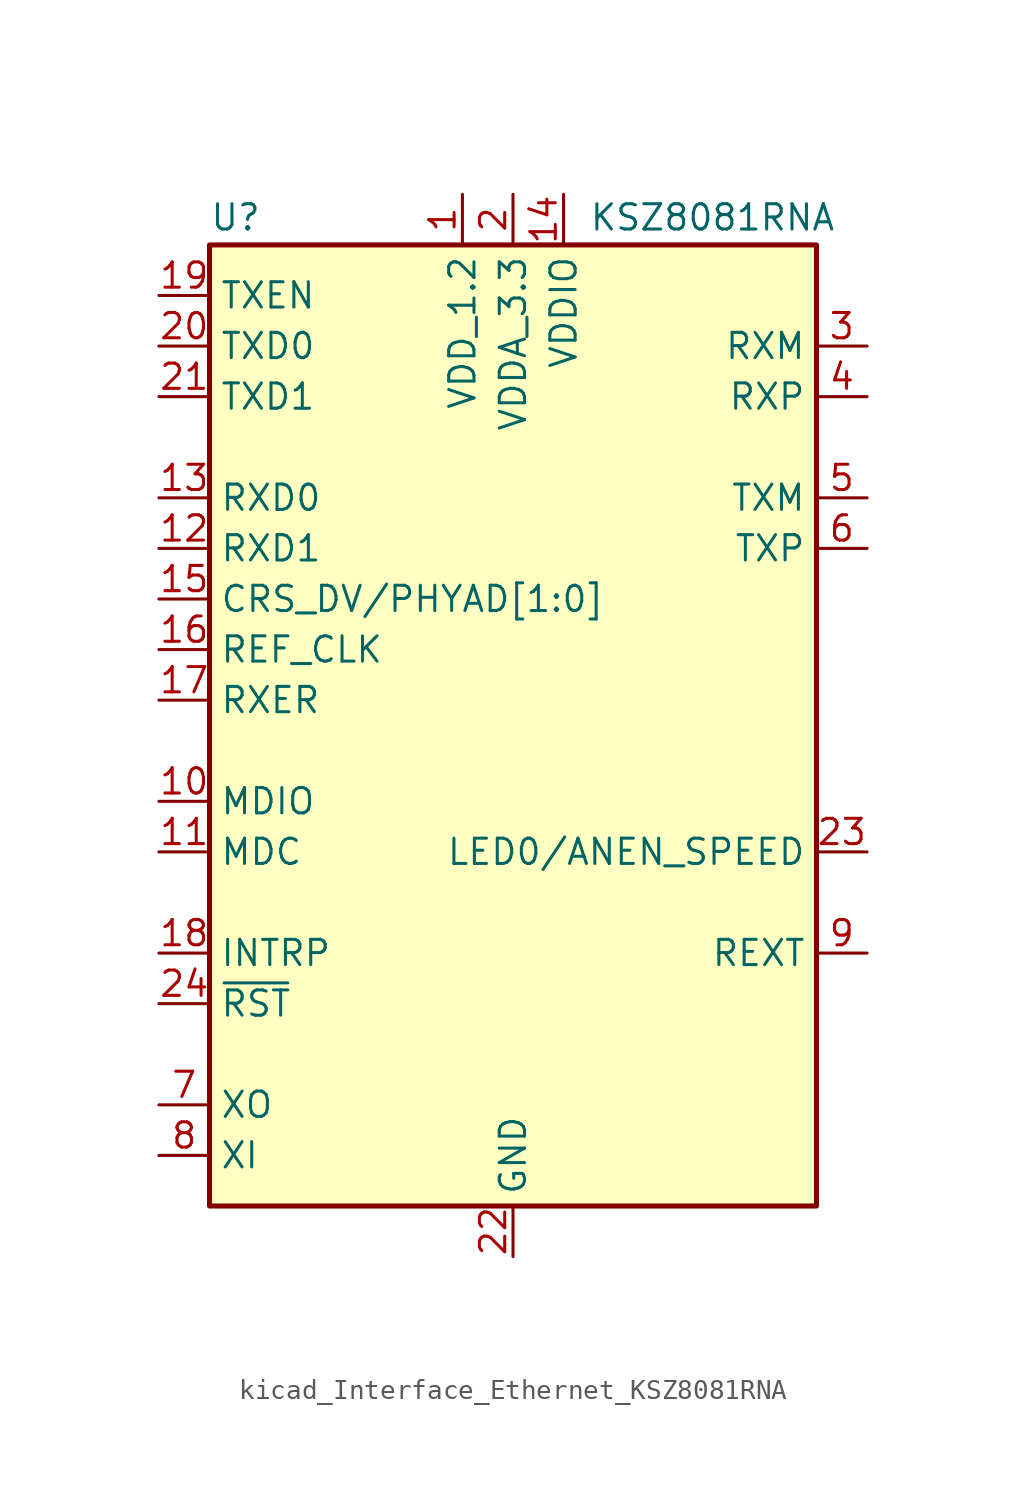
<source format=kicad_sym>
(kicad_symbol_lib
  (version 20220914)
  (generator kicad_symbol_editor)
  (symbol "kicad_Interface_Ethernet_KSZ8081RNA"
    (property "Reference" "U"
      (at -15.24 26.035 0)
      (effects (font (size 1.27 1.27)) (justify left bottom)))
    (property "Value" "KSZ8081RNA"
      (at 3.81 26.035 0)
      (effects (font (size 1.27 1.27)) (justify left bottom)))
    (symbol "kicad_Interface_Ethernet_KSZ8081RNA_0_1"
      (rectangle (start -15.24 25.4) (end 15.24 -22.86) (stroke (width 0.254) (type default)) (fill (type background))))
    (symbol "kicad_Interface_Ethernet_KSZ8081RNA_1_1"
      (pin power_out line (at -2.54 27.94 270) (length 2.54) (name "VDD_1.2" (effects (font (size 1.27 1.27)))) (number "1" (effects (font (size 1.27 1.27)))))
      (pin bidirectional line (at -17.78 -2.54 0) (length 2.54) (name "MDIO" (effects (font (size 1.27 1.27)))) (number "10" (effects (font (size 1.27 1.27)))))
      (pin input line (at -17.78 -5.08 0) (length 2.54) (name "MDC" (effects (font (size 1.27 1.27)))) (number "11" (effects (font (size 1.27 1.27)))))
      (pin output line (at -17.78 10.16 0) (length 2.54) (name "RXD1" (effects (font (size 1.27 1.27)))) (number "12" (effects (font (size 1.27 1.27)))))
      (pin output line (at -17.78 12.7 0) (length 2.54) (name "RXD0" (effects (font (size 1.27 1.27)))) (number "13" (effects (font (size 1.27 1.27)))))
      (pin power_in line (at 2.54 27.94 270) (length 2.54) (name "VDDIO" (effects (font (size 1.27 1.27)))) (number "14" (effects (font (size 1.27 1.27)))))
      (pin output line (at -17.78 7.62 0) (length 2.54) (name "CRS_DV/PHYAD[1:0]" (effects (font (size 1.27 1.27)))) (number "15" (effects (font (size 1.27 1.27)))))
      (pin output line (at -17.78 5.08 0) (length 2.54) (name "REF_CLK" (effects (font (size 1.27 1.27)))) (number "16" (effects (font (size 1.27 1.27)))))
      (pin output line (at -17.78 2.54 0) (length 2.54) (name "RXER" (effects (font (size 1.27 1.27)))) (number "17" (effects (font (size 1.27 1.27)))))
      (pin bidirectional line (at -17.78 -10.16 0) (length 2.54) (name "INTRP" (effects (font (size 1.27 1.27)))) (number "18" (effects (font (size 1.27 1.27)))))
      (pin input line (at -17.78 22.86 0) (length 2.54) (name "TXEN" (effects (font (size 1.27 1.27)))) (number "19" (effects (font (size 1.27 1.27)))))
      (pin power_in line (at 0 27.94 270) (length 2.54) (name "VDDA_3.3" (effects (font (size 1.27 1.27)))) (number "2" (effects (font (size 1.27 1.27)))))
      (pin input line (at -17.78 20.32 0) (length 2.54) (name "TXD0" (effects (font (size 1.27 1.27)))) (number "20" (effects (font (size 1.27 1.27)))))
      (pin bidirectional line (at -17.78 17.78 0) (length 2.54) (name "TXD1" (effects (font (size 1.27 1.27)))) (number "21" (effects (font (size 1.27 1.27)))))
      (pin power_in line (at 0 -25.4 90) (length 2.54) (name "GND" (effects (font (size 1.27 1.27)))) (number "22" (effects (font (size 1.27 1.27)))))
      (pin output line (at 17.78 -5.08 180) (length 2.54) (name "LED0/ANEN_SPEED" (effects (font (size 1.27 1.27)))) (number "23" (effects (font (size 1.27 1.27)))))
      (pin input line (at -17.78 -12.7 0) (length 2.54) (name "~{RST}" (effects (font (size 1.27 1.27)))) (number "24" (effects (font (size 1.27 1.27)))))
      (pin passive line (at 0 -25.4 90) (length 2.54) hide (name "GND" (effects (font (size 1.27 1.27)))) (number "25" (effects (font (size 1.27 1.27)))))
      (pin bidirectional line (at 17.78 20.32 180) (length 2.54) (name "RXM" (effects (font (size 1.27 1.27)))) (number "3" (effects (font (size 1.27 1.27)))))
      (pin bidirectional line (at 17.78 17.78 180) (length 2.54) (name "RXP" (effects (font (size 1.27 1.27)))) (number "4" (effects (font (size 1.27 1.27)))))
      (pin bidirectional line (at 17.78 12.7 180) (length 2.54) (name "TXM" (effects (font (size 1.27 1.27)))) (number "5" (effects (font (size 1.27 1.27)))))
      (pin bidirectional line (at 17.78 10.16 180) (length 2.54) (name "TXP" (effects (font (size 1.27 1.27)))) (number "6" (effects (font (size 1.27 1.27)))))
      (pin output line (at -17.78 -17.78 0) (length 2.54) (name "XO" (effects (font (size 1.27 1.27)))) (number "7" (effects (font (size 1.27 1.27)))))
      (pin input line (at -17.78 -20.32 0) (length 2.54) (name "XI" (effects (font (size 1.27 1.27)))) (number "8" (effects (font (size 1.27 1.27)))))
      (pin passive line (at 17.78 -10.16 180) (length 2.54) (name "REXT" (effects (font (size 1.27 1.27)))) (number "9" (effects (font (size 1.27 1.27))))))))
</source>
